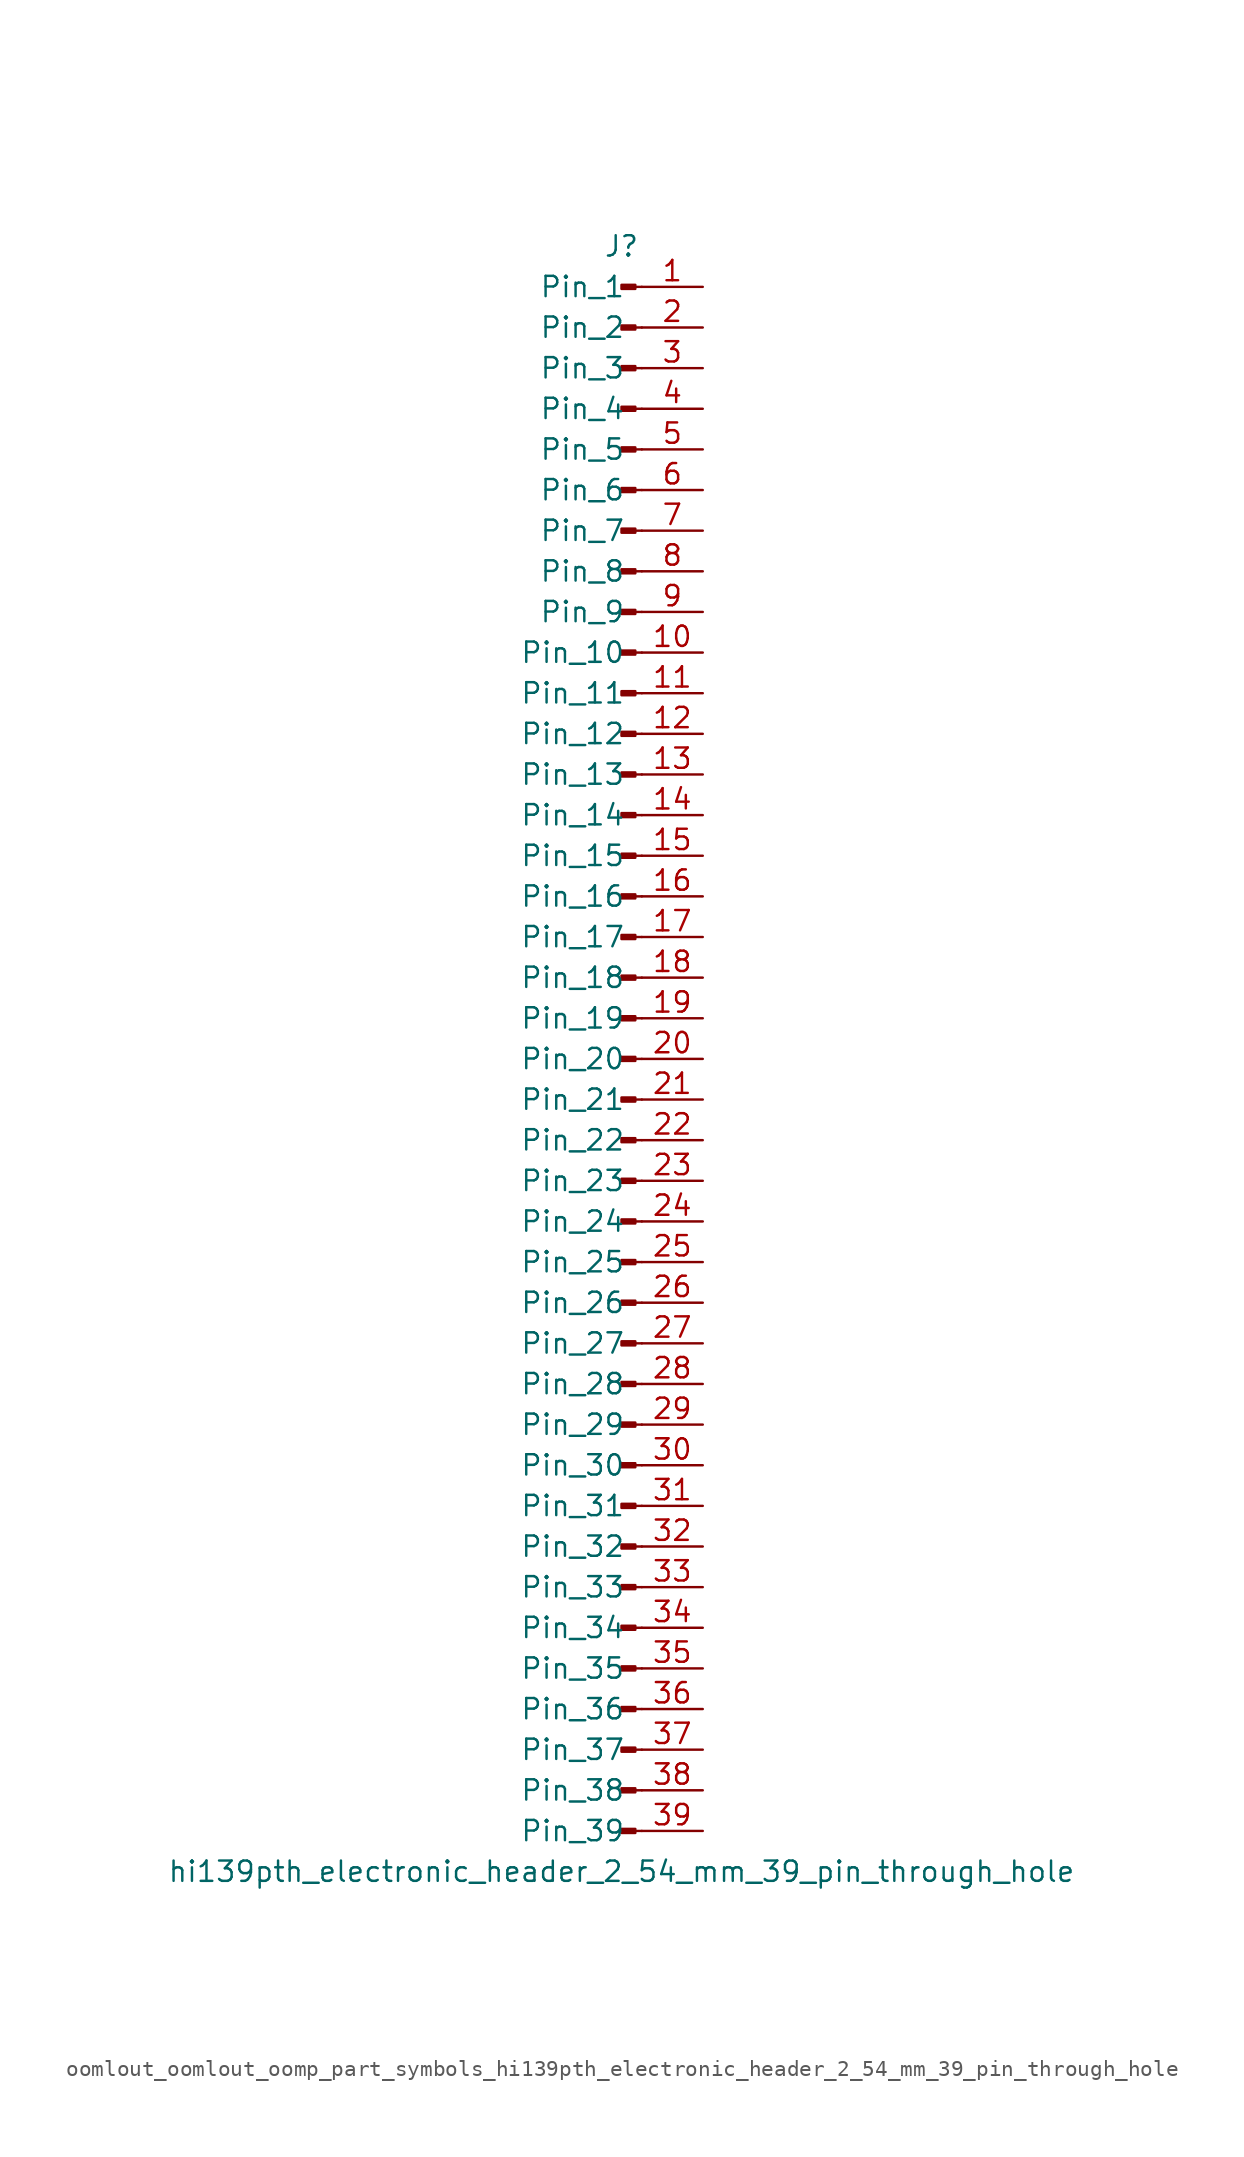
<source format=kicad_sym>
(kicad_symbol_lib
  (version 20220914)
  (generator kicad_symbol_editor)
  (symbol "oomlout_oomlout_oomp_part_symbols_hi139pth_electronic_header_2_54_mm_39_pin_through_hole"
    (pin_names
      (offset 1.016))
    (property "Reference" "J"
      (at 0 50.8 0)
      (effects (font (size 1.27 1.27))))
    (property "Value" "hi139pth_electronic_header_2_54_mm_39_pin_through_hole"
      (at 0 -50.8 0)
      (effects (font (size 1.27 1.27))))
    (property "ki_locked" ""
      (at 0 0 0)
      (effects (font (size 1.27 1.27))))
    (symbol "oomlout_oomlout_oomp_part_symbols_hi139pth_electronic_header_2_54_mm_39_pin_through_hole_1_1"
      (polyline (pts (xy 1.27 -48.26) (xy 0.864 -48.26)) (stroke (width 0.152) (type default)) (fill (type none)))
      (polyline (pts (xy 1.27 -45.72) (xy 0.864 -45.72)) (stroke (width 0.152) (type default)) (fill (type none)))
      (polyline (pts (xy 1.27 -43.18) (xy 0.864 -43.18)) (stroke (width 0.152) (type default)) (fill (type none)))
      (polyline (pts (xy 1.27 -40.64) (xy 0.864 -40.64)) (stroke (width 0.152) (type default)) (fill (type none)))
      (polyline (pts (xy 1.27 -38.1) (xy 0.864 -38.1)) (stroke (width 0.152) (type default)) (fill (type none)))
      (polyline (pts (xy 1.27 -35.56) (xy 0.864 -35.56)) (stroke (width 0.152) (type default)) (fill (type none)))
      (polyline (pts (xy 1.27 -33.02) (xy 0.864 -33.02)) (stroke (width 0.152) (type default)) (fill (type none)))
      (polyline (pts (xy 1.27 -30.48) (xy 0.864 -30.48)) (stroke (width 0.152) (type default)) (fill (type none)))
      (polyline (pts (xy 1.27 -27.94) (xy 0.864 -27.94)) (stroke (width 0.152) (type default)) (fill (type none)))
      (polyline (pts (xy 1.27 -25.4) (xy 0.864 -25.4)) (stroke (width 0.152) (type default)) (fill (type none)))
      (polyline (pts (xy 1.27 -22.86) (xy 0.864 -22.86)) (stroke (width 0.152) (type default)) (fill (type none)))
      (polyline (pts (xy 1.27 -20.32) (xy 0.864 -20.32)) (stroke (width 0.152) (type default)) (fill (type none)))
      (polyline (pts (xy 1.27 -17.78) (xy 0.864 -17.78)) (stroke (width 0.152) (type default)) (fill (type none)))
      (polyline (pts (xy 1.27 -15.24) (xy 0.864 -15.24)) (stroke (width 0.152) (type default)) (fill (type none)))
      (polyline (pts (xy 1.27 -12.7) (xy 0.864 -12.7)) (stroke (width 0.152) (type default)) (fill (type none)))
      (polyline (pts (xy 1.27 -10.16) (xy 0.864 -10.16)) (stroke (width 0.152) (type default)) (fill (type none)))
      (polyline (pts (xy 1.27 -7.62) (xy 0.864 -7.62)) (stroke (width 0.152) (type default)) (fill (type none)))
      (polyline (pts (xy 1.27 -5.08) (xy 0.864 -5.08)) (stroke (width 0.152) (type default)) (fill (type none)))
      (polyline (pts (xy 1.27 -2.54) (xy 0.864 -2.54)) (stroke (width 0.152) (type default)) (fill (type none)))
      (polyline (pts (xy 1.27 0) (xy 0.864 0)) (stroke (width 0.152) (type default)) (fill (type none)))
      (polyline (pts (xy 1.27 2.54) (xy 0.864 2.54)) (stroke (width 0.152) (type default)) (fill (type none)))
      (polyline (pts (xy 1.27 5.08) (xy 0.864 5.08)) (stroke (width 0.152) (type default)) (fill (type none)))
      (polyline (pts (xy 1.27 7.62) (xy 0.864 7.62)) (stroke (width 0.152) (type default)) (fill (type none)))
      (polyline (pts (xy 1.27 10.16) (xy 0.864 10.16)) (stroke (width 0.152) (type default)) (fill (type none)))
      (polyline (pts (xy 1.27 12.7) (xy 0.864 12.7)) (stroke (width 0.152) (type default)) (fill (type none)))
      (polyline (pts (xy 1.27 15.24) (xy 0.864 15.24)) (stroke (width 0.152) (type default)) (fill (type none)))
      (polyline (pts (xy 1.27 17.78) (xy 0.864 17.78)) (stroke (width 0.152) (type default)) (fill (type none)))
      (polyline (pts (xy 1.27 20.32) (xy 0.864 20.32)) (stroke (width 0.152) (type default)) (fill (type none)))
      (polyline (pts (xy 1.27 22.86) (xy 0.864 22.86)) (stroke (width 0.152) (type default)) (fill (type none)))
      (polyline (pts (xy 1.27 25.4) (xy 0.864 25.4)) (stroke (width 0.152) (type default)) (fill (type none)))
      (polyline (pts (xy 1.27 27.94) (xy 0.864 27.94)) (stroke (width 0.152) (type default)) (fill (type none)))
      (polyline (pts (xy 1.27 30.48) (xy 0.864 30.48)) (stroke (width 0.152) (type default)) (fill (type none)))
      (polyline (pts (xy 1.27 33.02) (xy 0.864 33.02)) (stroke (width 0.152) (type default)) (fill (type none)))
      (polyline (pts (xy 1.27 35.56) (xy 0.864 35.56)) (stroke (width 0.152) (type default)) (fill (type none)))
      (polyline (pts (xy 1.27 38.1) (xy 0.864 38.1)) (stroke (width 0.152) (type default)) (fill (type none)))
      (polyline (pts (xy 1.27 40.64) (xy 0.864 40.64)) (stroke (width 0.152) (type default)) (fill (type none)))
      (polyline (pts (xy 1.27 43.18) (xy 0.864 43.18)) (stroke (width 0.152) (type default)) (fill (type none)))
      (polyline (pts (xy 1.27 45.72) (xy 0.864 45.72)) (stroke (width 0.152) (type default)) (fill (type none)))
      (polyline (pts (xy 1.27 48.26) (xy 0.864 48.26)) (stroke (width 0.152) (type default)) (fill (type none)))
      (rectangle (start 0.864 -48.133) (end 0 -48.387) (stroke (width 0.152) (type default)) (fill (type outline)))
      (rectangle (start 0.864 -45.593) (end 0 -45.847) (stroke (width 0.152) (type default)) (fill (type outline)))
      (rectangle (start 0.864 -43.053) (end 0 -43.307) (stroke (width 0.152) (type default)) (fill (type outline)))
      (rectangle (start 0.864 -40.513) (end 0 -40.767) (stroke (width 0.152) (type default)) (fill (type outline)))
      (rectangle (start 0.864 -37.973) (end 0 -38.227) (stroke (width 0.152) (type default)) (fill (type outline)))
      (rectangle (start 0.864 -35.433) (end 0 -35.687) (stroke (width 0.152) (type default)) (fill (type outline)))
      (rectangle (start 0.864 -32.893) (end 0 -33.147) (stroke (width 0.152) (type default)) (fill (type outline)))
      (rectangle (start 0.864 -30.353) (end 0 -30.607) (stroke (width 0.152) (type default)) (fill (type outline)))
      (rectangle (start 0.864 -27.813) (end 0 -28.067) (stroke (width 0.152) (type default)) (fill (type outline)))
      (rectangle (start 0.864 -25.273) (end 0 -25.527) (stroke (width 0.152) (type default)) (fill (type outline)))
      (rectangle (start 0.864 -22.733) (end 0 -22.987) (stroke (width 0.152) (type default)) (fill (type outline)))
      (rectangle (start 0.864 -20.193) (end 0 -20.447) (stroke (width 0.152) (type default)) (fill (type outline)))
      (rectangle (start 0.864 -17.653) (end 0 -17.907) (stroke (width 0.152) (type default)) (fill (type outline)))
      (rectangle (start 0.864 -15.113) (end 0 -15.367) (stroke (width 0.152) (type default)) (fill (type outline)))
      (rectangle (start 0.864 -12.573) (end 0 -12.827) (stroke (width 0.152) (type default)) (fill (type outline)))
      (rectangle (start 0.864 -10.033) (end 0 -10.287) (stroke (width 0.152) (type default)) (fill (type outline)))
      (rectangle (start 0.864 -7.493) (end 0 -7.747) (stroke (width 0.152) (type default)) (fill (type outline)))
      (rectangle (start 0.864 -4.953) (end 0 -5.207) (stroke (width 0.152) (type default)) (fill (type outline)))
      (rectangle (start 0.864 -2.413) (end 0 -2.667) (stroke (width 0.152) (type default)) (fill (type outline)))
      (rectangle (start 0.864 0.127) (end 0 -0.127) (stroke (width 0.152) (type default)) (fill (type outline)))
      (rectangle (start 0.864 2.667) (end 0 2.413) (stroke (width 0.152) (type default)) (fill (type outline)))
      (rectangle (start 0.864 5.207) (end 0 4.953) (stroke (width 0.152) (type default)) (fill (type outline)))
      (rectangle (start 0.864 7.747) (end 0 7.493) (stroke (width 0.152) (type default)) (fill (type outline)))
      (rectangle (start 0.864 10.287) (end 0 10.033) (stroke (width 0.152) (type default)) (fill (type outline)))
      (rectangle (start 0.864 12.827) (end 0 12.573) (stroke (width 0.152) (type default)) (fill (type outline)))
      (rectangle (start 0.864 15.367) (end 0 15.113) (stroke (width 0.152) (type default)) (fill (type outline)))
      (rectangle (start 0.864 17.907) (end 0 17.653) (stroke (width 0.152) (type default)) (fill (type outline)))
      (rectangle (start 0.864 20.447) (end 0 20.193) (stroke (width 0.152) (type default)) (fill (type outline)))
      (rectangle (start 0.864 22.987) (end 0 22.733) (stroke (width 0.152) (type default)) (fill (type outline)))
      (rectangle (start 0.864 25.527) (end 0 25.273) (stroke (width 0.152) (type default)) (fill (type outline)))
      (rectangle (start 0.864 28.067) (end 0 27.813) (stroke (width 0.152) (type default)) (fill (type outline)))
      (rectangle (start 0.864 30.607) (end 0 30.353) (stroke (width 0.152) (type default)) (fill (type outline)))
      (rectangle (start 0.864 33.147) (end 0 32.893) (stroke (width 0.152) (type default)) (fill (type outline)))
      (rectangle (start 0.864 35.687) (end 0 35.433) (stroke (width 0.152) (type default)) (fill (type outline)))
      (rectangle (start 0.864 38.227) (end 0 37.973) (stroke (width 0.152) (type default)) (fill (type outline)))
      (rectangle (start 0.864 40.767) (end 0 40.513) (stroke (width 0.152) (type default)) (fill (type outline)))
      (rectangle (start 0.864 43.307) (end 0 43.053) (stroke (width 0.152) (type default)) (fill (type outline)))
      (rectangle (start 0.864 45.847) (end 0 45.593) (stroke (width 0.152) (type default)) (fill (type outline)))
      (rectangle (start 0.864 48.387) (end 0 48.133) (stroke (width 0.152) (type default)) (fill (type outline)))
      (pin passive line (at 5.08 48.26 180) (length 3.81) (name "Pin_1" (effects (font (size 1.27 1.27)))) (number "1" (effects (font (size 1.27 1.27)))))
      (pin passive line (at 5.08 25.4 180) (length 3.81) (name "Pin_10" (effects (font (size 1.27 1.27)))) (number "10" (effects (font (size 1.27 1.27)))))
      (pin passive line (at 5.08 22.86 180) (length 3.81) (name "Pin_11" (effects (font (size 1.27 1.27)))) (number "11" (effects (font (size 1.27 1.27)))))
      (pin passive line (at 5.08 20.32 180) (length 3.81) (name "Pin_12" (effects (font (size 1.27 1.27)))) (number "12" (effects (font (size 1.27 1.27)))))
      (pin passive line (at 5.08 17.78 180) (length 3.81) (name "Pin_13" (effects (font (size 1.27 1.27)))) (number "13" (effects (font (size 1.27 1.27)))))
      (pin passive line (at 5.08 15.24 180) (length 3.81) (name "Pin_14" (effects (font (size 1.27 1.27)))) (number "14" (effects (font (size 1.27 1.27)))))
      (pin passive line (at 5.08 12.7 180) (length 3.81) (name "Pin_15" (effects (font (size 1.27 1.27)))) (number "15" (effects (font (size 1.27 1.27)))))
      (pin passive line (at 5.08 10.16 180) (length 3.81) (name "Pin_16" (effects (font (size 1.27 1.27)))) (number "16" (effects (font (size 1.27 1.27)))))
      (pin passive line (at 5.08 7.62 180) (length 3.81) (name "Pin_17" (effects (font (size 1.27 1.27)))) (number "17" (effects (font (size 1.27 1.27)))))
      (pin passive line (at 5.08 5.08 180) (length 3.81) (name "Pin_18" (effects (font (size 1.27 1.27)))) (number "18" (effects (font (size 1.27 1.27)))))
      (pin passive line (at 5.08 2.54 180) (length 3.81) (name "Pin_19" (effects (font (size 1.27 1.27)))) (number "19" (effects (font (size 1.27 1.27)))))
      (pin passive line (at 5.08 45.72 180) (length 3.81) (name "Pin_2" (effects (font (size 1.27 1.27)))) (number "2" (effects (font (size 1.27 1.27)))))
      (pin passive line (at 5.08 0 180) (length 3.81) (name "Pin_20" (effects (font (size 1.27 1.27)))) (number "20" (effects (font (size 1.27 1.27)))))
      (pin passive line (at 5.08 -2.54 180) (length 3.81) (name "Pin_21" (effects (font (size 1.27 1.27)))) (number "21" (effects (font (size 1.27 1.27)))))
      (pin passive line (at 5.08 -5.08 180) (length 3.81) (name "Pin_22" (effects (font (size 1.27 1.27)))) (number "22" (effects (font (size 1.27 1.27)))))
      (pin passive line (at 5.08 -7.62 180) (length 3.81) (name "Pin_23" (effects (font (size 1.27 1.27)))) (number "23" (effects (font (size 1.27 1.27)))))
      (pin passive line (at 5.08 -10.16 180) (length 3.81) (name "Pin_24" (effects (font (size 1.27 1.27)))) (number "24" (effects (font (size 1.27 1.27)))))
      (pin passive line (at 5.08 -12.7 180) (length 3.81) (name "Pin_25" (effects (font (size 1.27 1.27)))) (number "25" (effects (font (size 1.27 1.27)))))
      (pin passive line (at 5.08 -15.24 180) (length 3.81) (name "Pin_26" (effects (font (size 1.27 1.27)))) (number "26" (effects (font (size 1.27 1.27)))))
      (pin passive line (at 5.08 -17.78 180) (length 3.81) (name "Pin_27" (effects (font (size 1.27 1.27)))) (number "27" (effects (font (size 1.27 1.27)))))
      (pin passive line (at 5.08 -20.32 180) (length 3.81) (name "Pin_28" (effects (font (size 1.27 1.27)))) (number "28" (effects (font (size 1.27 1.27)))))
      (pin passive line (at 5.08 -22.86 180) (length 3.81) (name "Pin_29" (effects (font (size 1.27 1.27)))) (number "29" (effects (font (size 1.27 1.27)))))
      (pin passive line (at 5.08 43.18 180) (length 3.81) (name "Pin_3" (effects (font (size 1.27 1.27)))) (number "3" (effects (font (size 1.27 1.27)))))
      (pin passive line (at 5.08 -25.4 180) (length 3.81) (name "Pin_30" (effects (font (size 1.27 1.27)))) (number "30" (effects (font (size 1.27 1.27)))))
      (pin passive line (at 5.08 -27.94 180) (length 3.81) (name "Pin_31" (effects (font (size 1.27 1.27)))) (number "31" (effects (font (size 1.27 1.27)))))
      (pin passive line (at 5.08 -30.48 180) (length 3.81) (name "Pin_32" (effects (font (size 1.27 1.27)))) (number "32" (effects (font (size 1.27 1.27)))))
      (pin passive line (at 5.08 -33.02 180) (length 3.81) (name "Pin_33" (effects (font (size 1.27 1.27)))) (number "33" (effects (font (size 1.27 1.27)))))
      (pin passive line (at 5.08 -35.56 180) (length 3.81) (name "Pin_34" (effects (font (size 1.27 1.27)))) (number "34" (effects (font (size 1.27 1.27)))))
      (pin passive line (at 5.08 -38.1 180) (length 3.81) (name "Pin_35" (effects (font (size 1.27 1.27)))) (number "35" (effects (font (size 1.27 1.27)))))
      (pin passive line (at 5.08 -40.64 180) (length 3.81) (name "Pin_36" (effects (font (size 1.27 1.27)))) (number "36" (effects (font (size 1.27 1.27)))))
      (pin passive line (at 5.08 -43.18 180) (length 3.81) (name "Pin_37" (effects (font (size 1.27 1.27)))) (number "37" (effects (font (size 1.27 1.27)))))
      (pin passive line (at 5.08 -45.72 180) (length 3.81) (name "Pin_38" (effects (font (size 1.27 1.27)))) (number "38" (effects (font (size 1.27 1.27)))))
      (pin passive line (at 5.08 -48.26 180) (length 3.81) (name "Pin_39" (effects (font (size 1.27 1.27)))) (number "39" (effects (font (size 1.27 1.27)))))
      (pin passive line (at 5.08 40.64 180) (length 3.81) (name "Pin_4" (effects (font (size 1.27 1.27)))) (number "4" (effects (font (size 1.27 1.27)))))
      (pin passive line (at 5.08 38.1 180) (length 3.81) (name "Pin_5" (effects (font (size 1.27 1.27)))) (number "5" (effects (font (size 1.27 1.27)))))
      (pin passive line (at 5.08 35.56 180) (length 3.81) (name "Pin_6" (effects (font (size 1.27 1.27)))) (number "6" (effects (font (size 1.27 1.27)))))
      (pin passive line (at 5.08 33.02 180) (length 3.81) (name "Pin_7" (effects (font (size 1.27 1.27)))) (number "7" (effects (font (size 1.27 1.27)))))
      (pin passive line (at 5.08 30.48 180) (length 3.81) (name "Pin_8" (effects (font (size 1.27 1.27)))) (number "8" (effects (font (size 1.27 1.27)))))
      (pin passive line (at 5.08 27.94 180) (length 3.81) (name "Pin_9" (effects (font (size 1.27 1.27)))) (number "9" (effects (font (size 1.27 1.27))))))))
</source>
